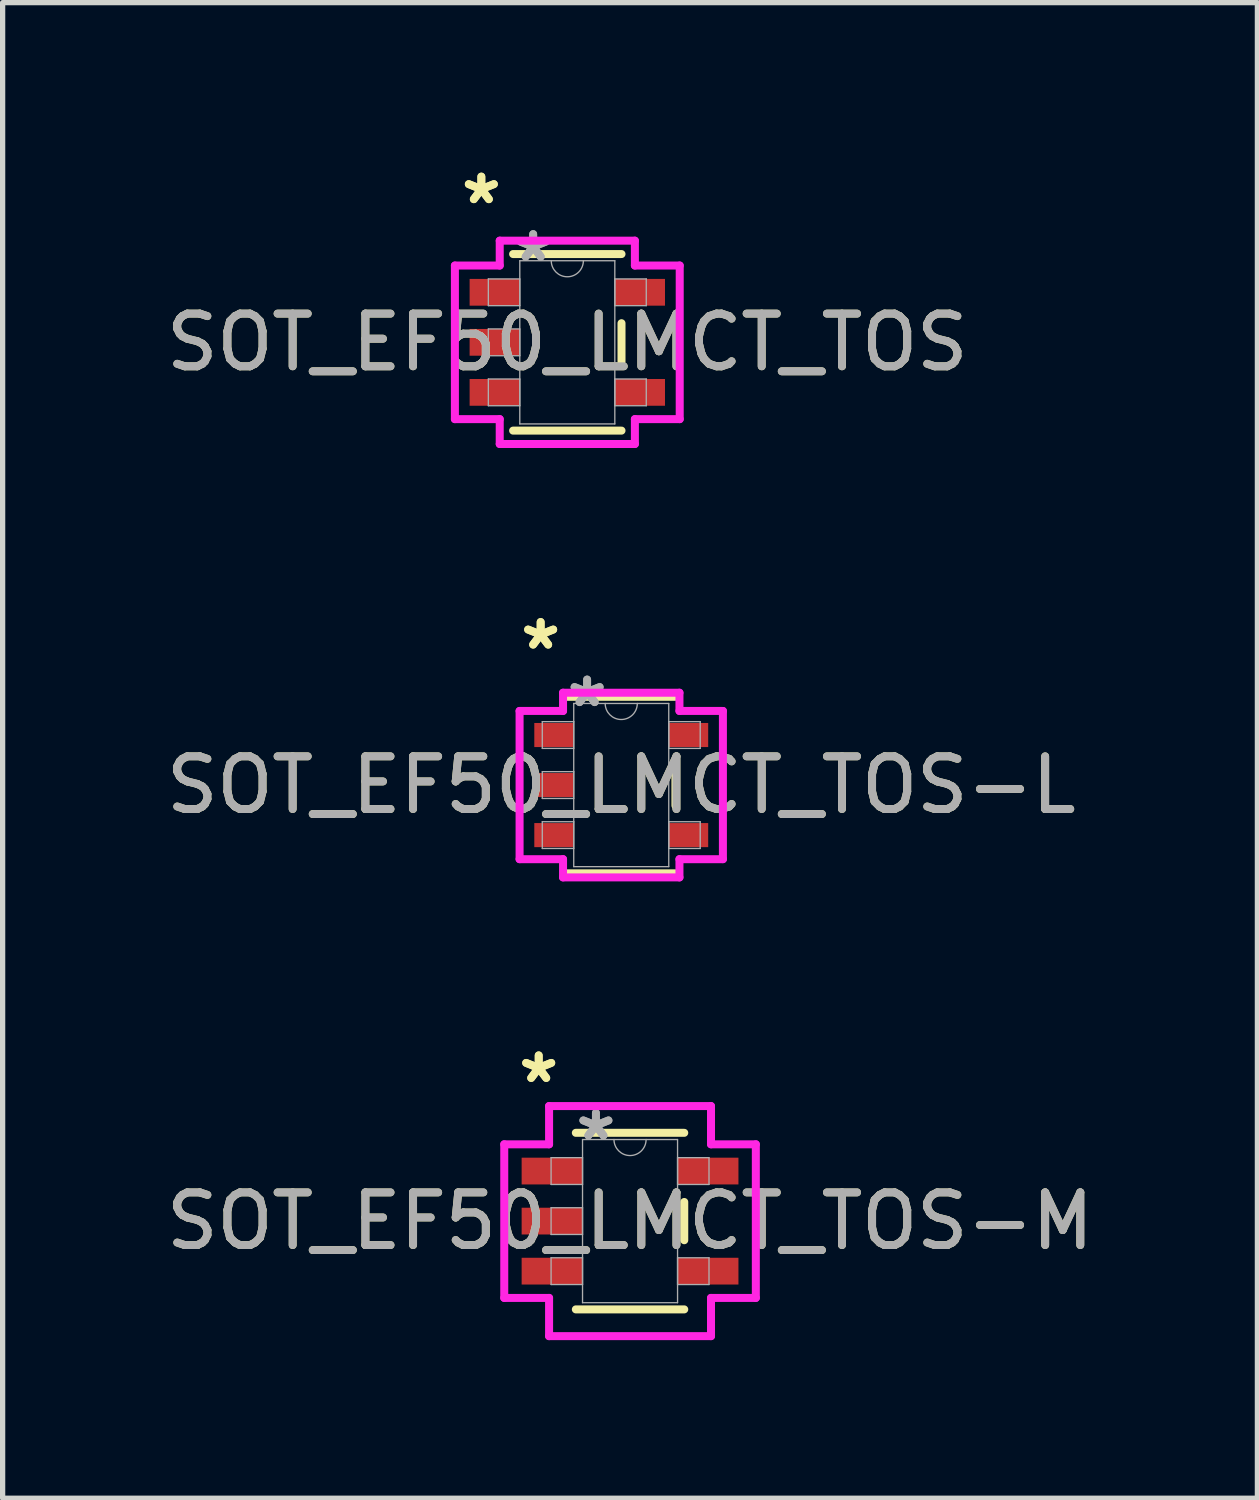
<source format=kicad_pcb>
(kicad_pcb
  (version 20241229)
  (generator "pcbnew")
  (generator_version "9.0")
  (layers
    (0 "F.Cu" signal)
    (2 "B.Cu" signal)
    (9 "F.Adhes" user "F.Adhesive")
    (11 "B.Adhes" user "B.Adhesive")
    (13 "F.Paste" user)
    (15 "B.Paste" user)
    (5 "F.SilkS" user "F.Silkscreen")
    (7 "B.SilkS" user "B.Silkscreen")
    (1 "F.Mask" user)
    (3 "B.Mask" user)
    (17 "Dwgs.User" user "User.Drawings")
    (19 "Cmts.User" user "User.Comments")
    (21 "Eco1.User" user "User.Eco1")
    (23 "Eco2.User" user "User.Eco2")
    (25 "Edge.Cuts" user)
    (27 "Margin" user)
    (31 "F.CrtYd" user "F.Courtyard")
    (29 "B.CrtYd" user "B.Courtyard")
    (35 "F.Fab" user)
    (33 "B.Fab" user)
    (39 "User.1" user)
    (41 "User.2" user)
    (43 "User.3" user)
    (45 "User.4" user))
  (footprint "SOT_EF50_LMCT_TOS-M"
    (layer "F.Cu")
    (at 8.911 20.132)
    (property "Reference" "SOT_EF50_LMCT_TOS-M" (at 0 0 0) (unlocked yes) (layer "F.SilkS") (effects (font (size 1 1) (thickness 0.15))))
    (attr smd)
    (fp_line (start -1.029 1.676) (end 1.029 1.676) (stroke (width 0.152) (type solid)) (layer "F.SilkS"))
    (fp_line (start 1.029 -1.676) (end -1.029 -1.676) (stroke (width 0.152) (type solid)) (layer "F.SilkS"))
    (fp_line (start 1.029 0.363) (end 1.029 -0.363) (stroke (width 0.152) (type solid)) (layer "F.SilkS"))
    (fp_line (start -2.388 -1.458) (end -1.537 -1.458) (stroke (width 0.152) (type solid)) (layer "F.CrtYd"))
    (fp_line (start -2.388 1.458) (end -2.388 -1.458) (stroke (width 0.152) (type solid)) (layer "F.CrtYd"))
    (fp_line (start -1.537 -2.184) (end 1.537 -2.184) (stroke (width 0.152) (type solid)) (layer "F.CrtYd"))
    (fp_line (start -1.537 -1.458) (end -1.537 -2.184) (stroke (width 0.152) (type solid)) (layer "F.CrtYd"))
    (fp_line (start -1.537 1.458) (end -2.388 1.458) (stroke (width 0.152) (type solid)) (layer "F.CrtYd"))
    (fp_line (start -1.537 2.184) (end -1.537 1.458) (stroke (width 0.152) (type solid)) (layer "F.CrtYd"))
    (fp_line (start 1.537 -2.184) (end 1.537 -1.458) (stroke (width 0.152) (type solid)) (layer "F.CrtYd"))
    (fp_line (start 1.537 -1.458) (end 2.388 -1.458) (stroke (width 0.152) (type solid)) (layer "F.CrtYd"))
    (fp_line (start 1.537 1.458) (end 1.537 2.184) (stroke (width 0.152) (type solid)) (layer "F.CrtYd"))
    (fp_line (start 1.537 2.184) (end -1.537 2.184) (stroke (width 0.152) (type solid)) (layer "F.CrtYd"))
    (fp_line (start 2.388 -1.458) (end 2.388 1.458) (stroke (width 0.152) (type solid)) (layer "F.CrtYd"))
    (fp_line (start 2.388 1.458) (end 1.537 1.458) (stroke (width 0.152) (type solid)) (layer "F.CrtYd"))
    (fp_line (start -1.499 -1.204) (end -1.499 -0.696) (stroke (width 0.025) (type solid)) (layer "F.Fab"))
    (fp_line (start -1.499 -0.696) (end -0.902 -0.696) (stroke (width 0.025) (type solid)) (layer "F.Fab"))
    (fp_line (start -1.499 -0.254) (end -1.499 0.254) (stroke (width 0.025) (type solid)) (layer "F.Fab"))
    (fp_line (start -1.499 0.254) (end -0.902 0.254) (stroke (width 0.025) (type solid)) (layer "F.Fab"))
    (fp_line (start -1.499 0.696) (end -1.499 1.204) (stroke (width 0.025) (type solid)) (layer "F.Fab"))
    (fp_line (start -1.499 1.204) (end -0.902 1.204) (stroke (width 0.025) (type solid)) (layer "F.Fab"))
    (fp_line (start -0.902 -1.549) (end -0.902 1.549) (stroke (width 0.025) (type solid)) (layer "F.Fab"))
    (fp_line (start -0.902 -1.204) (end -1.499 -1.204) (stroke (width 0.025) (type solid)) (layer "F.Fab"))
    (fp_line (start -0.902 -0.696) (end -0.902 -1.204) (stroke (width 0.025) (type solid)) (layer "F.Fab"))
    (fp_line (start -0.902 -0.254) (end -1.499 -0.254) (stroke (width 0.025) (type solid)) (layer "F.Fab"))
    (fp_line (start -0.902 0.254) (end -0.902 -0.254) (stroke (width 0.025) (type solid)) (layer "F.Fab"))
    (fp_line (start -0.902 0.696) (end -1.499 0.696) (stroke (width 0.025) (type solid)) (layer "F.Fab"))
    (fp_line (start -0.902 1.204) (end -0.902 0.696) (stroke (width 0.025) (type solid)) (layer "F.Fab"))
    (fp_line (start -0.902 1.549) (end 0.902 1.549) (stroke (width 0.025) (type solid)) (layer "F.Fab"))
    (fp_line (start 0.902 -1.549) (end -0.902 -1.549) (stroke (width 0.025) (type solid)) (layer "F.Fab"))
    (fp_line (start 0.902 -1.204) (end 0.902 -0.696) (stroke (width 0.025) (type solid)) (layer "F.Fab"))
    (fp_line (start 0.902 -0.696) (end 1.499 -0.696) (stroke (width 0.025) (type solid)) (layer "F.Fab"))
    (fp_line (start 0.902 0.696) (end 0.902 1.204) (stroke (width 0.025) (type solid)) (layer "F.Fab"))
    (fp_line (start 0.902 1.204) (end 1.499 1.204) (stroke (width 0.025) (type solid)) (layer "F.Fab"))
    (fp_line (start 0.902 1.549) (end 0.902 -1.549) (stroke (width 0.025) (type solid)) (layer "F.Fab"))
    (fp_line (start 1.499 -1.204) (end 0.902 -1.204) (stroke (width 0.025) (type solid)) (layer "F.Fab"))
    (fp_line (start 1.499 -0.696) (end 1.499 -1.204) (stroke (width 0.025) (type solid)) (layer "F.Fab"))
    (fp_line (start 1.499 0.696) (end 0.902 0.696) (stroke (width 0.025) (type solid)) (layer "F.Fab"))
    (fp_line (start 1.499 1.204) (end 1.499 0.696) (stroke (width 0.025) (type solid)) (layer "F.Fab"))
    (fp_arc (start 0.3048 -1.5494) (mid 0 -1.2446) (end -0.3048 -1.5494) (stroke (width 0.0254) (type solid)) (layer "F.Fab"))
    (fp_text user "*" (at -1.734 -2.601 0) (layer "F.SilkS") (effects (font (size 1 1) (thickness 0.15))))
    (fp_text user "*" (at -1.734 -2.601 0) (unlocked yes) (layer "F.SilkS") (effects (font (size 1 1) (thickness 0.15))))
    (fp_text user "*" (at -0.648 -1.509 0) (unlocked yes) (layer "F.Fab") (effects (font (size 1 1) (thickness 0.15))))
    (fp_text user "${REFERENCE}" (at 0 0 0) (unlocked yes) (layer "F.Fab") (effects (font (size 1 1) (thickness 0.15))))
    (fp_text user "*" (at -0.648 -1.509 0) (layer "F.Fab") (effects (font (size 1 1) (thickness 0.15))))
    (pad "1" smd rect (at -1.48 -0.95) (size 1.156 0.508) (layers "F.Cu" "F.Mask" "F.Paste"))
    (pad "2" smd rect (at -1.48 0) (size 1.156 0.508) (layers "F.Cu" "F.Mask" "F.Paste"))
    (pad "3" smd rect (at -1.48 0.95) (size 1.156 0.508) (layers "F.Cu" "F.Mask" "F.Paste"))
    (pad "4" smd rect (at 1.48 0.95) (size 1.156 0.508) (layers "F.Cu" "F.Mask" "F.Paste"))
    (pad "5" smd rect (at 1.48 -0.95) (size 1.156 0.508) (layers "F.Cu" "F.Mask" "F.Paste")))
  (footprint "SOT_EF50_LMCT_TOS-L"
    (layer "F.Cu")
    (at 8.744 11.854)
    (property "Reference" "SOT_EF50_LMCT_TOS-L" (at 0 0 0) (unlocked yes) (layer "F.SilkS") (effects (font (size 1 1) (thickness 0.15))))
    (attr smd)
    (fp_line (start -1.029 1.676) (end 1.029 1.676) (stroke (width 0.152) (type solid)) (layer "F.SilkS"))
    (fp_line (start 1.029 -1.676) (end -1.029 -1.676) (stroke (width 0.152) (type solid)) (layer "F.SilkS"))
    (fp_line (start 1.029 0.389) (end 1.029 -0.389) (stroke (width 0.152) (type solid)) (layer "F.SilkS"))
    (fp_line (start -1.93 -1.407) (end -1.105 -1.407) (stroke (width 0.152) (type solid)) (layer "F.CrtYd"))
    (fp_line (start -1.93 1.407) (end -1.93 -1.407) (stroke (width 0.152) (type solid)) (layer "F.CrtYd"))
    (fp_line (start -1.105 -1.753) (end 1.105 -1.753) (stroke (width 0.152) (type solid)) (layer "F.CrtYd"))
    (fp_line (start -1.105 -1.407) (end -1.105 -1.753) (stroke (width 0.152) (type solid)) (layer "F.CrtYd"))
    (fp_line (start -1.105 1.407) (end -1.93 1.407) (stroke (width 0.152) (type solid)) (layer "F.CrtYd"))
    (fp_line (start -1.105 1.753) (end -1.105 1.407) (stroke (width 0.152) (type solid)) (layer "F.CrtYd"))
    (fp_line (start 1.105 -1.753) (end 1.105 -1.407) (stroke (width 0.152) (type solid)) (layer "F.CrtYd"))
    (fp_line (start 1.105 -1.407) (end 1.93 -1.407) (stroke (width 0.152) (type solid)) (layer "F.CrtYd"))
    (fp_line (start 1.105 1.407) (end 1.105 1.753) (stroke (width 0.152) (type solid)) (layer "F.CrtYd"))
    (fp_line (start 1.105 1.753) (end -1.105 1.753) (stroke (width 0.152) (type solid)) (layer "F.CrtYd"))
    (fp_line (start 1.93 -1.407) (end 1.93 1.407) (stroke (width 0.152) (type solid)) (layer "F.CrtYd"))
    (fp_line (start 1.93 1.407) (end 1.105 1.407) (stroke (width 0.152) (type solid)) (layer "F.CrtYd"))
    (fp_line (start -1.499 -1.204) (end -1.499 -0.696) (stroke (width 0.025) (type solid)) (layer "F.Fab"))
    (fp_line (start -1.499 -0.696) (end -0.902 -0.696) (stroke (width 0.025) (type solid)) (layer "F.Fab"))
    (fp_line (start -1.499 -0.254) (end -1.499 0.254) (stroke (width 0.025) (type solid)) (layer "F.Fab"))
    (fp_line (start -1.499 0.254) (end -0.902 0.254) (stroke (width 0.025) (type solid)) (layer "F.Fab"))
    (fp_line (start -1.499 0.696) (end -1.499 1.204) (stroke (width 0.025) (type solid)) (layer "F.Fab"))
    (fp_line (start -1.499 1.204) (end -0.902 1.204) (stroke (width 0.025) (type solid)) (layer "F.Fab"))
    (fp_line (start -0.902 -1.549) (end -0.902 1.549) (stroke (width 0.025) (type solid)) (layer "F.Fab"))
    (fp_line (start -0.902 -1.204) (end -1.499 -1.204) (stroke (width 0.025) (type solid)) (layer "F.Fab"))
    (fp_line (start -0.902 -0.696) (end -0.902 -1.204) (stroke (width 0.025) (type solid)) (layer "F.Fab"))
    (fp_line (start -0.902 -0.254) (end -1.499 -0.254) (stroke (width 0.025) (type solid)) (layer "F.Fab"))
    (fp_line (start -0.902 0.254) (end -0.902 -0.254) (stroke (width 0.025) (type solid)) (layer "F.Fab"))
    (fp_line (start -0.902 0.696) (end -1.499 0.696) (stroke (width 0.025) (type solid)) (layer "F.Fab"))
    (fp_line (start -0.902 1.204) (end -0.902 0.696) (stroke (width 0.025) (type solid)) (layer "F.Fab"))
    (fp_line (start -0.902 1.549) (end 0.902 1.549) (stroke (width 0.025) (type solid)) (layer "F.Fab"))
    (fp_line (start 0.902 -1.549) (end -0.902 -1.549) (stroke (width 0.025) (type solid)) (layer "F.Fab"))
    (fp_line (start 0.902 -1.204) (end 0.902 -0.696) (stroke (width 0.025) (type solid)) (layer "F.Fab"))
    (fp_line (start 0.902 -0.696) (end 1.499 -0.696) (stroke (width 0.025) (type solid)) (layer "F.Fab"))
    (fp_line (start 0.902 0.696) (end 0.902 1.204) (stroke (width 0.025) (type solid)) (layer "F.Fab"))
    (fp_line (start 0.902 1.204) (end 1.499 1.204) (stroke (width 0.025) (type solid)) (layer "F.Fab"))
    (fp_line (start 0.902 1.549) (end 0.902 -1.549) (stroke (width 0.025) (type solid)) (layer "F.Fab"))
    (fp_line (start 1.499 -1.204) (end 0.902 -1.204) (stroke (width 0.025) (type solid)) (layer "F.Fab"))
    (fp_line (start 1.499 -0.696) (end 1.499 -1.204) (stroke (width 0.025) (type solid)) (layer "F.Fab"))
    (fp_line (start 1.499 0.696) (end 0.902 0.696) (stroke (width 0.025) (type solid)) (layer "F.Fab"))
    (fp_line (start 1.499 1.204) (end 1.499 0.696) (stroke (width 0.025) (type solid)) (layer "F.Fab"))
    (fp_arc (start 0.3048 -1.5494) (mid 0 -1.2446) (end -0.3048 -1.5494) (stroke (width 0.0254) (type solid)) (layer "F.Fab"))
    (fp_text user "*" (at -1.53 -2.55 0) (unlocked yes) (layer "F.SilkS") (effects (font (size 1 1) (thickness 0.15))))
    (fp_text user "*" (at -1.53 -2.55 0) (layer "F.SilkS") (effects (font (size 1 1) (thickness 0.15))))
    (fp_text user "*" (at -0.648 -1.458 0) (layer "F.Fab") (effects (font (size 1 1) (thickness 0.15))))
    (fp_text user "*" (at -0.648 -1.458 0) (unlocked yes) (layer "F.Fab") (effects (font (size 1 1) (thickness 0.15))))
    (fp_text user "${REFERENCE}" (at 0 0 0) (unlocked yes) (layer "F.Fab") (effects (font (size 1 1) (thickness 0.15))))
    (pad "1" smd rect (at -1.276 -0.95) (size 0.749 0.457) (layers "F.Cu" "F.Mask" "F.Paste"))
    (pad "2" smd rect (at -1.276 0) (size 0.749 0.457) (layers "F.Cu" "F.Mask" "F.Paste"))
    (pad "3" smd rect (at -1.276 0.95) (size 0.749 0.457) (layers "F.Cu" "F.Mask" "F.Paste"))
    (pad "4" smd rect (at 1.276 0.95) (size 0.749 0.457) (layers "F.Cu" "F.Mask" "F.Paste"))
    (pad "5" smd rect (at 1.276 -0.95) (size 0.749 0.457) (layers "F.Cu" "F.Mask" "F.Paste")))
  (footprint "SOT_EF50_LMCT_TOS"
    (layer "F.Cu")
    (at 7.72 3.449)
    (property "Reference" "SOT_EF50_LMCT_TOS" (at 0 0 0) (unlocked yes) (layer "F.SilkS") (effects (font (size 1 1) (thickness 0.15))))
    (attr smd)
    (fp_line (start -1.029 1.676) (end 1.029 1.676) (stroke (width 0.152) (type solid)) (layer "F.SilkS"))
    (fp_line (start 1.029 -1.676) (end -1.029 -1.676) (stroke (width 0.152) (type solid)) (layer "F.SilkS"))
    (fp_line (start 1.029 0.363) (end 1.029 -0.363) (stroke (width 0.152) (type solid)) (layer "F.SilkS"))
    (fp_line (start -2.134 -1.458) (end -1.283 -1.458) (stroke (width 0.152) (type solid)) (layer "F.CrtYd"))
    (fp_line (start -2.134 1.458) (end -2.134 -1.458) (stroke (width 0.152) (type solid)) (layer "F.CrtYd"))
    (fp_line (start -1.283 -1.93) (end 1.283 -1.93) (stroke (width 0.152) (type solid)) (layer "F.CrtYd"))
    (fp_line (start -1.283 -1.458) (end -1.283 -1.93) (stroke (width 0.152) (type solid)) (layer "F.CrtYd"))
    (fp_line (start -1.283 1.458) (end -2.134 1.458) (stroke (width 0.152) (type solid)) (layer "F.CrtYd"))
    (fp_line (start -1.283 1.93) (end -1.283 1.458) (stroke (width 0.152) (type solid)) (layer "F.CrtYd"))
    (fp_line (start 1.283 -1.93) (end 1.283 -1.458) (stroke (width 0.152) (type solid)) (layer "F.CrtYd"))
    (fp_line (start 1.283 -1.458) (end 2.134 -1.458) (stroke (width 0.152) (type solid)) (layer "F.CrtYd"))
    (fp_line (start 1.283 1.458) (end 1.283 1.93) (stroke (width 0.152) (type solid)) (layer "F.CrtYd"))
    (fp_line (start 1.283 1.93) (end -1.283 1.93) (stroke (width 0.152) (type solid)) (layer "F.CrtYd"))
    (fp_line (start 2.134 -1.458) (end 2.134 1.458) (stroke (width 0.152) (type solid)) (layer "F.CrtYd"))
    (fp_line (start 2.134 1.458) (end 1.283 1.458) (stroke (width 0.152) (type solid)) (layer "F.CrtYd"))
    (fp_line (start -1.499 -1.204) (end -1.499 -0.696) (stroke (width 0.025) (type solid)) (layer "F.Fab"))
    (fp_line (start -1.499 -0.696) (end -0.902 -0.696) (stroke (width 0.025) (type solid)) (layer "F.Fab"))
    (fp_line (start -1.499 -0.254) (end -1.499 0.254) (stroke (width 0.025) (type solid)) (layer "F.Fab"))
    (fp_line (start -1.499 0.254) (end -0.902 0.254) (stroke (width 0.025) (type solid)) (layer "F.Fab"))
    (fp_line (start -1.499 0.696) (end -1.499 1.204) (stroke (width 0.025) (type solid)) (layer "F.Fab"))
    (fp_line (start -1.499 1.204) (end -0.902 1.204) (stroke (width 0.025) (type solid)) (layer "F.Fab"))
    (fp_line (start -0.902 -1.549) (end -0.902 1.549) (stroke (width 0.025) (type solid)) (layer "F.Fab"))
    (fp_line (start -0.902 -1.204) (end -1.499 -1.204) (stroke (width 0.025) (type solid)) (layer "F.Fab"))
    (fp_line (start -0.902 -0.696) (end -0.902 -1.204) (stroke (width 0.025) (type solid)) (layer "F.Fab"))
    (fp_line (start -0.902 -0.254) (end -1.499 -0.254) (stroke (width 0.025) (type solid)) (layer "F.Fab"))
    (fp_line (start -0.902 0.254) (end -0.902 -0.254) (stroke (width 0.025) (type solid)) (layer "F.Fab"))
    (fp_line (start -0.902 0.696) (end -1.499 0.696) (stroke (width 0.025) (type solid)) (layer "F.Fab"))
    (fp_line (start -0.902 1.204) (end -0.902 0.696) (stroke (width 0.025) (type solid)) (layer "F.Fab"))
    (fp_line (start -0.902 1.549) (end 0.902 1.549) (stroke (width 0.025) (type solid)) (layer "F.Fab"))
    (fp_line (start 0.902 -1.549) (end -0.902 -1.549) (stroke (width 0.025) (type solid)) (layer "F.Fab"))
    (fp_line (start 0.902 -1.204) (end 0.902 -0.696) (stroke (width 0.025) (type solid)) (layer "F.Fab"))
    (fp_line (start 0.902 -0.696) (end 1.499 -0.696) (stroke (width 0.025) (type solid)) (layer "F.Fab"))
    (fp_line (start 0.902 0.696) (end 0.902 1.204) (stroke (width 0.025) (type solid)) (layer "F.Fab"))
    (fp_line (start 0.902 1.204) (end 1.499 1.204) (stroke (width 0.025) (type solid)) (layer "F.Fab"))
    (fp_line (start 0.902 1.549) (end 0.902 -1.549) (stroke (width 0.025) (type solid)) (layer "F.Fab"))
    (fp_line (start 1.499 -1.204) (end 0.902 -1.204) (stroke (width 0.025) (type solid)) (layer "F.Fab"))
    (fp_line (start 1.499 -0.696) (end 1.499 -1.204) (stroke (width 0.025) (type solid)) (layer "F.Fab"))
    (fp_line (start 1.499 0.696) (end 0.902 0.696) (stroke (width 0.025) (type solid)) (layer "F.Fab"))
    (fp_line (start 1.499 1.204) (end 1.499 0.696) (stroke (width 0.025) (type solid)) (layer "F.Fab"))
    (fp_arc (start 0.3048 -1.5494) (mid 0 -1.2446) (end -0.3048 -1.5494) (stroke (width 0.0254) (type solid)) (layer "F.Fab"))
    (fp_text user "*" (at -1.632 -2.601 0) (unlocked yes) (layer "F.SilkS") (effects (font (size 1 1) (thickness 0.15))))
    (fp_text user "*" (at -1.632 -2.601 0) (layer "F.SilkS") (effects (font (size 1 1) (thickness 0.15))))
    (fp_text user "${REFERENCE}" (at 0 0 0) (unlocked yes) (layer "F.Fab") (effects (font (size 1 1) (thickness 0.15))))
    (fp_text user "*" (at -0.648 -1.509 0) (layer "F.Fab") (effects (font (size 1 1) (thickness 0.15))))
    (fp_text user "*" (at -0.648 -1.509 0) (unlocked yes) (layer "F.Fab") (effects (font (size 1 1) (thickness 0.15))))
    (pad "1" smd rect (at -1.378 -0.95) (size 0.953 0.508) (layers "F.Cu" "F.Mask" "F.Paste"))
    (pad "2" smd rect (at -1.378 0) (size 0.953 0.508) (layers "F.Cu" "F.Mask" "F.Paste"))
    (pad "3" smd rect (at -1.378 0.95) (size 0.953 0.508) (layers "F.Cu" "F.Mask" "F.Paste"))
    (pad "4" smd rect (at 1.378 0.95) (size 0.953 0.508) (layers "F.Cu" "F.Mask" "F.Paste"))
    (pad "5" smd rect (at 1.378 -0.95) (size 0.953 0.508) (layers "F.Cu" "F.Mask" "F.Paste")))
  (gr_rect
    (start -3 -3)
    (end 20.821 25.393)
    (stroke (width 0.1) (type default))
    (fill no)
    (layer "Edge.Cuts")))
</source>
